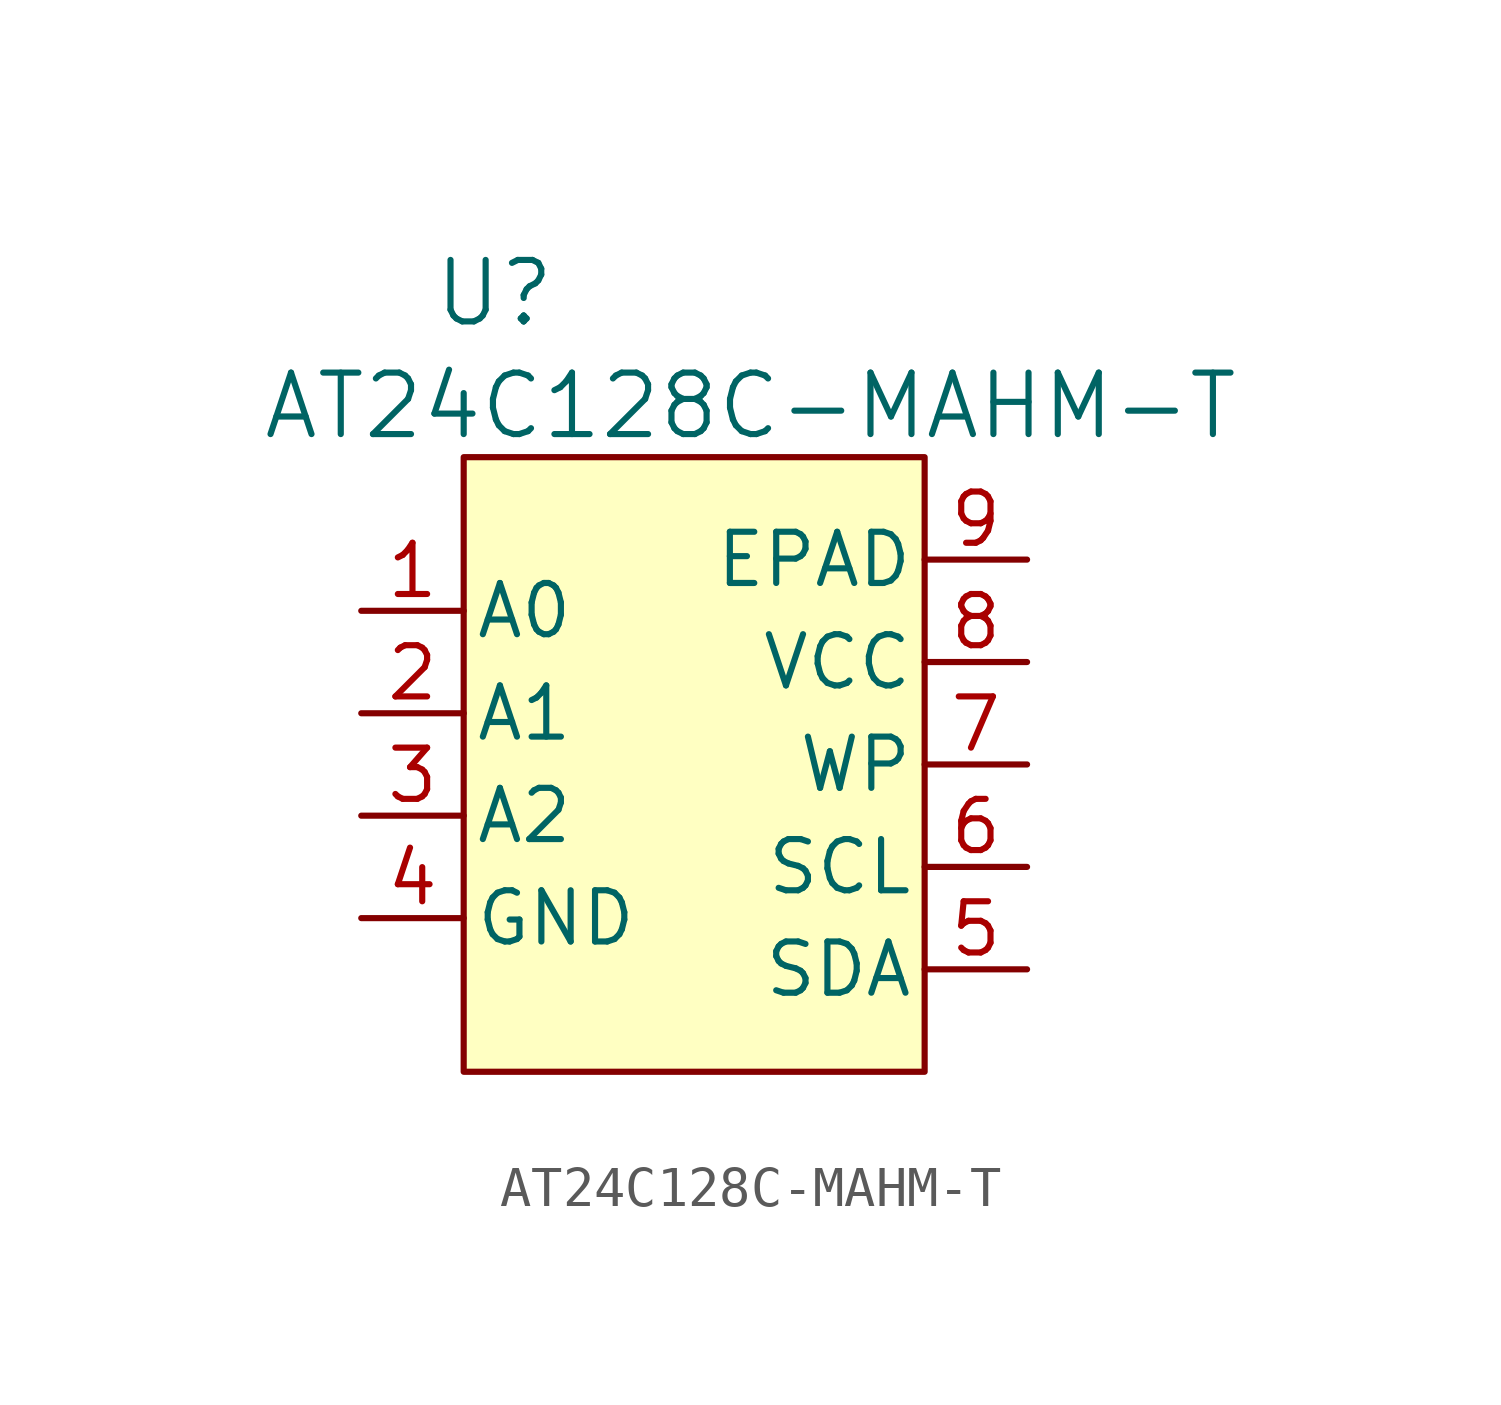
<source format=kicad_sym>
(kicad_symbol_lib
  (version 20231120)
  (generator "kicad_symbol_editor")
  (generator_version "8.0")
  (symbol "AT24C128C-MAHM-T"
    (pin_names
      (offset 0.254))
    (property "Reference" "U"
      (at -5.588 11.684 0)
      (effects (font (size 1.524 1.524))))
    (property "Value" "AT24C128C-MAHM-T"
      (at 0.762 8.89 0)
      (effects (font (size 1.524 1.524))))
    (symbol "AT24C128C-MAHM-T_0_1"
      (pin input line (at -8.89 3.81 0) (length 2.54) (name "A0" (effects (font (size 1.27 1.27)))) (number "1" (effects (font (size 1.27 1.27)))))
      (pin input line (at -8.89 1.27 0) (length 2.54) (name "A1" (effects (font (size 1.27 1.27)))) (number "2" (effects (font (size 1.27 1.27)))))
      (pin input line (at -8.89 -1.27 0) (length 2.54) (name "A2" (effects (font (size 1.27 1.27)))) (number "3" (effects (font (size 1.27 1.27)))))
      (pin input line (at 7.62 -2.54 180) (length 2.54) (name "SCL" (effects (font (size 1.27 1.27)))) (number "6" (effects (font (size 1.27 1.27)))))
      (pin power_in line (at 7.62 2.54 180) (length 2.54) (name "VCC" (effects (font (size 1.27 1.27)))) (number "8" (effects (font (size 1.27 1.27))))))
    (symbol "AT24C128C-MAHM-T_1_1"
      (rectangle (start -6.35 7.62) (end 5.08 -7.62) (stroke (width 0) (type default)) (fill (type background)))
      (pin power_in line (at -8.89 -3.81 0) (length 2.54) (name "GND" (effects (font (size 1.27 1.27)))) (number "4" (effects (font (size 1.27 1.27)))))
      (pin bidirectional line (at 7.62 -5.08 180) (length 2.54) (name "SDA" (effects (font (size 1.27 1.27)))) (number "5" (effects (font (size 1.27 1.27)))))
      (pin passive line (at 7.62 0 180) (length 2.54) (name "WP" (effects (font (size 1.27 1.27)))) (number "7" (effects (font (size 1.27 1.27)))))
      (pin passive line (at 7.62 5.08 180) (length 2.54) (name "EPAD" (effects (font (size 1.27 1.27)))) (number "9" (effects (font (size 1.27 1.27))))))))
</source>
